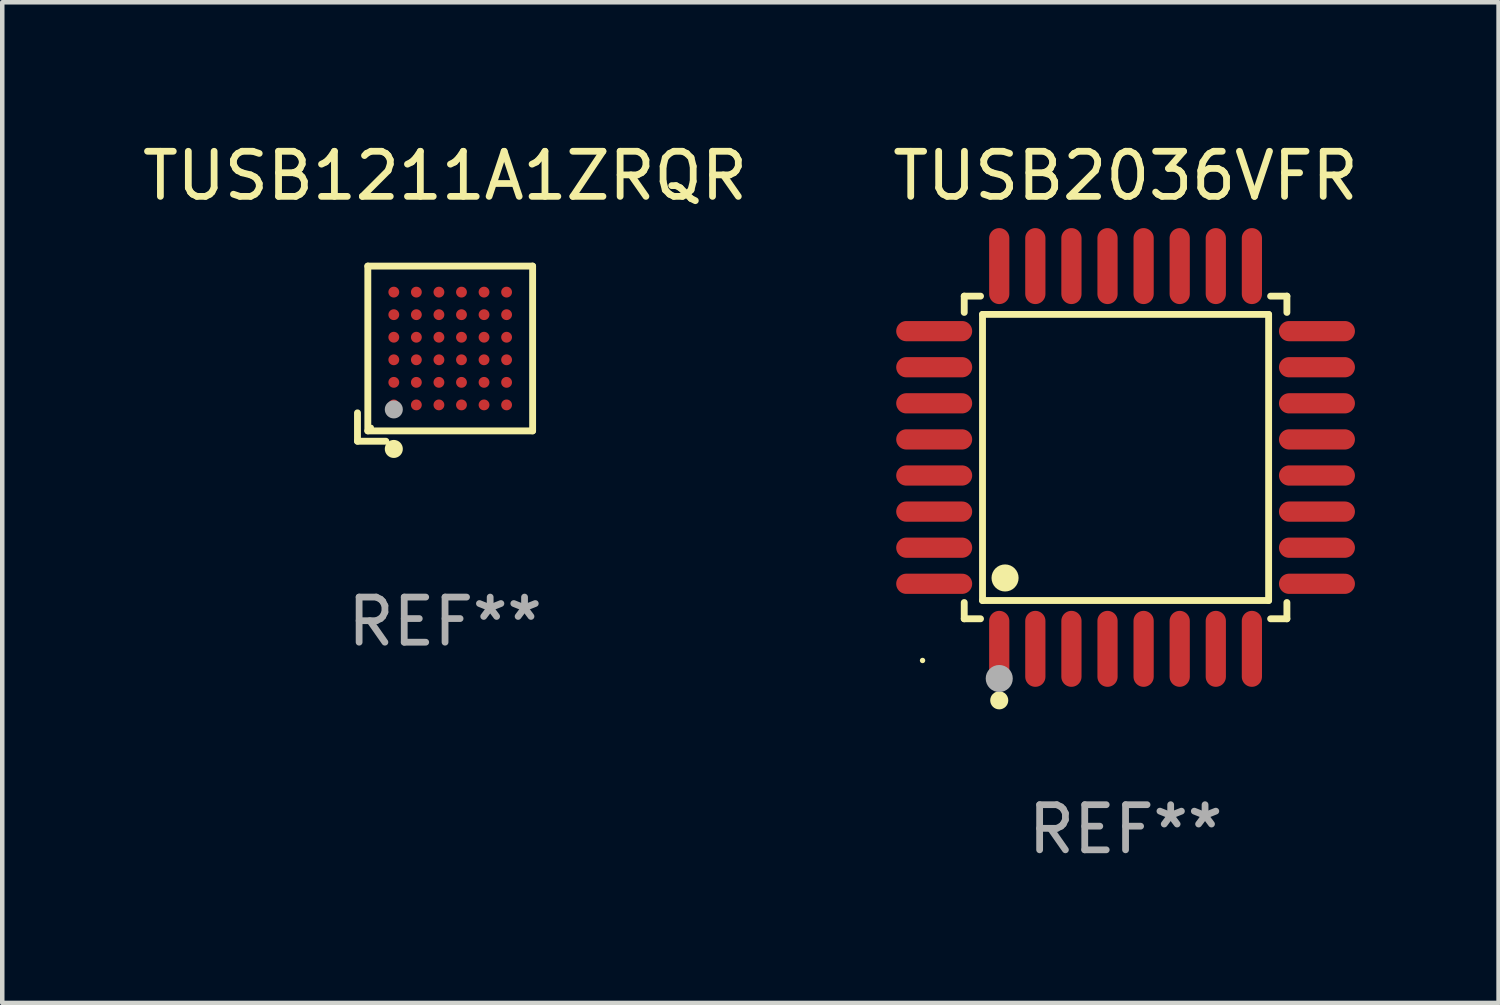
<source format=kicad_pcb>
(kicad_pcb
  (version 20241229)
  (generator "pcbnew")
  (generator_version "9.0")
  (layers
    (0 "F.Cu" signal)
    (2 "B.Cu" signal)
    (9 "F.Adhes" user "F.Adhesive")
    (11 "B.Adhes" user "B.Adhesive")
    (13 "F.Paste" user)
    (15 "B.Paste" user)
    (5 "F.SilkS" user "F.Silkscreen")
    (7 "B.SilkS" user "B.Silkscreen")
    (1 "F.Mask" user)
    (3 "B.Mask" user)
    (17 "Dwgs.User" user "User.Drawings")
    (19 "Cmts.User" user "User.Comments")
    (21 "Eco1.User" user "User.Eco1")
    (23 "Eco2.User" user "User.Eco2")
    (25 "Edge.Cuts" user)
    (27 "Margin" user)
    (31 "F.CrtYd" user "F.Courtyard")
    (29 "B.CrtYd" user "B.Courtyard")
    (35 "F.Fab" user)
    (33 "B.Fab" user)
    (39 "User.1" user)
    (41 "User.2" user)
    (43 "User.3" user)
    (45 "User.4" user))
  (footprint "TUSB1211A1ZRQR"
    (layer "F.Cu")
    (at 6.815 4.789)
    (property "Reference" "TUSB1211A1ZRQR" (at 0 -3.941 0) (layer "F.SilkS") (effects (font (size 1 1) (thickness 0.15))))
    (attr through_hole)
    (fp_line (start -1.941 1.312) (end -1.941 1.941) (stroke (width 0.152) (type solid)) (layer "F.SilkS"))
    (fp_line (start -1.941 1.941) (end -1.312 1.941) (stroke (width 0.152) (type solid)) (layer "F.SilkS"))
    (fp_line (start -1.712 -1.941) (end 1.941 -1.941) (stroke (width 0.152) (type solid)) (layer "F.SilkS"))
    (fp_line (start -1.712 1.712) (end -1.712 -1.941) (stroke (width 0.152) (type solid)) (layer "F.SilkS"))
    (fp_line (start 1.941 -1.941) (end 1.941 1.712) (stroke (width 0.152) (type solid)) (layer "F.SilkS"))
    (fp_line (start 1.941 1.712) (end -1.712 1.712) (stroke (width 0.152) (type solid)) (layer "F.SilkS"))
    (fp_circle (center -1.636 1.636) (end -1.606 1.636) (stroke (width 0.06) (type solid)) (fill no) (layer "F.SilkS"))
    (fp_circle (center -1.136 2.112) (end -1.036 2.112) (stroke (width 0.2) (type solid)) (fill no) (layer "F.SilkS"))
    (fp_circle (center -1.136 1.236) (end -1.036 1.236) (stroke (width 0.2) (type solid)) (fill no) (layer "F.Fab"))
    (fp_text user "REF**" (at 0 5.941 0) (layer "F.Fab") (effects (font (size 1 1) (thickness 0.15))))
    (pad "A1" smd circle (at -1.136 1.136) (size 0.24 0.24) (layers "F.Cu" "F.Mask" "F.Paste"))
    (pad "A2" smd circle (at -1.136 0.636) (size 0.24 0.24) (layers "F.Cu" "F.Mask" "F.Paste"))
    (pad "A3" smd circle (at -1.136 0.136) (size 0.24 0.24) (layers "F.Cu" "F.Mask" "F.Paste"))
    (pad "A4" smd circle (at -1.136 -0.364) (size 0.24 0.24) (layers "F.Cu" "F.Mask" "F.Paste"))
    (pad "A5" smd circle (at -1.136 -0.864) (size 0.24 0.24) (layers "F.Cu" "F.Mask" "F.Paste"))
    (pad "A6" smd circle (at -1.136 -1.364) (size 0.24 0.24) (layers "F.Cu" "F.Mask" "F.Paste"))
    (pad "B1" smd circle (at -0.636 1.136) (size 0.24 0.24) (layers "F.Cu" "F.Mask" "F.Paste"))
    (pad "B2" smd circle (at -0.636 0.636) (size 0.24 0.24) (layers "F.Cu" "F.Mask" "F.Paste"))
    (pad "B3" smd circle (at -0.636 0.136) (size 0.24 0.24) (layers "F.Cu" "F.Mask" "F.Paste"))
    (pad "B4" smd circle (at -0.636 -0.364) (size 0.24 0.24) (layers "F.Cu" "F.Mask" "F.Paste"))
    (pad "B5" smd circle (at -0.636 -0.864) (size 0.24 0.24) (layers "F.Cu" "F.Mask" "F.Paste"))
    (pad "B6" smd circle (at -0.636 -1.364) (size 0.24 0.24) (layers "F.Cu" "F.Mask" "F.Paste"))
    (pad "C1" smd circle (at -0.136 1.136) (size 0.24 0.24) (layers "F.Cu" "F.Mask" "F.Paste"))
    (pad "C2" smd circle (at -0.136 0.636) (size 0.24 0.24) (layers "F.Cu" "F.Mask" "F.Paste"))
    (pad "C3" smd circle (at -0.136 0.136) (size 0.24 0.24) (layers "F.Cu" "F.Mask" "F.Paste"))
    (pad "C4" smd circle (at -0.136 -0.364) (size 0.24 0.24) (layers "F.Cu" "F.Mask" "F.Paste"))
    (pad "C5" smd circle (at -0.136 -0.864) (size 0.24 0.24) (layers "F.Cu" "F.Mask" "F.Paste"))
    (pad "C6" smd circle (at -0.136 -1.364) (size 0.24 0.24) (layers "F.Cu" "F.Mask" "F.Paste"))
    (pad "D1" smd circle (at 0.364 1.136) (size 0.24 0.24) (layers "F.Cu" "F.Mask" "F.Paste"))
    (pad "D2" smd circle (at 0.364 0.636) (size 0.24 0.24) (layers "F.Cu" "F.Mask" "F.Paste"))
    (pad "D3" smd circle (at 0.364 0.136) (size 0.24 0.24) (layers "F.Cu" "F.Mask" "F.Paste"))
    (pad "D4" smd circle (at 0.364 -0.364) (size 0.24 0.24) (layers "F.Cu" "F.Mask" "F.Paste"))
    (pad "D5" smd circle (at 0.364 -0.864) (size 0.24 0.24) (layers "F.Cu" "F.Mask" "F.Paste"))
    (pad "D6" smd circle (at 0.364 -1.364) (size 0.24 0.24) (layers "F.Cu" "F.Mask" "F.Paste"))
    (pad "E1" smd circle (at 0.864 1.136) (size 0.24 0.24) (layers "F.Cu" "F.Mask" "F.Paste"))
    (pad "E2" smd circle (at 0.864 0.636) (size 0.24 0.24) (layers "F.Cu" "F.Mask" "F.Paste"))
    (pad "E3" smd circle (at 0.864 0.136) (size 0.24 0.24) (layers "F.Cu" "F.Mask" "F.Paste"))
    (pad "E4" smd circle (at 0.864 -0.364) (size 0.24 0.24) (layers "F.Cu" "F.Mask" "F.Paste"))
    (pad "E5" smd circle (at 0.864 -0.864) (size 0.24 0.24) (layers "F.Cu" "F.Mask" "F.Paste"))
    (pad "E6" smd circle (at 0.864 -1.364) (size 0.24 0.24) (layers "F.Cu" "F.Mask" "F.Paste"))
    (pad "F1" smd circle (at 1.364 1.136) (size 0.24 0.24) (layers "F.Cu" "F.Mask" "F.Paste"))
    (pad "F2" smd circle (at 1.364 0.636) (size 0.24 0.24) (layers "F.Cu" "F.Mask" "F.Paste"))
    (pad "F3" smd circle (at 1.364 0.136) (size 0.24 0.24) (layers "F.Cu" "F.Mask" "F.Paste"))
    (pad "F4" smd circle (at 1.364 -0.364) (size 0.24 0.24) (layers "F.Cu" "F.Mask" "F.Paste"))
    (pad "F5" smd circle (at 1.364 -0.864) (size 0.24 0.24) (layers "F.Cu" "F.Mask" "F.Paste"))
    (pad "F6" smd circle (at 1.364 -1.364) (size 0.24 0.24) (layers "F.Cu" "F.Mask" "F.Paste")))
  (footprint "TUSB2036VFR"
    (layer "F.Cu")
    (at 21.899 7.09)
    (property "Reference" "TUSB2036VFR" (at 0 -6.242 0) (layer "F.SilkS") (effects (font (size 1 1) (thickness 0.15))))
    (attr through_hole)
    (fp_line (start -3.576 -3.576) (end -3.215 -3.576) (stroke (width 0.152) (type solid)) (layer "F.SilkS"))
    (fp_line (start -3.576 -3.215) (end -3.576 -3.576) (stroke (width 0.152) (type solid)) (layer "F.SilkS"))
    (fp_line (start -3.576 3.215) (end -3.576 3.576) (stroke (width 0.152) (type solid)) (layer "F.SilkS"))
    (fp_line (start -3.576 3.576) (end -3.215 3.576) (stroke (width 0.152) (type solid)) (layer "F.SilkS"))
    (fp_line (start -3.171 -3.171) (end 3.171 -3.171) (stroke (width 0.152) (type solid)) (layer "F.SilkS"))
    (fp_line (start -3.171 3.171) (end -3.171 -3.171) (stroke (width 0.152) (type solid)) (layer "F.SilkS"))
    (fp_line (start 3.171 -3.171) (end 3.171 3.171) (stroke (width 0.152) (type solid)) (layer "F.SilkS"))
    (fp_line (start 3.171 3.171) (end -3.171 3.171) (stroke (width 0.152) (type solid)) (layer "F.SilkS"))
    (fp_line (start 3.576 -3.576) (end 3.215 -3.576) (stroke (width 0.152) (type solid)) (layer "F.SilkS"))
    (fp_line (start 3.576 -3.215) (end 3.576 -3.576) (stroke (width 0.152) (type solid)) (layer "F.SilkS"))
    (fp_line (start 3.576 3.215) (end 3.576 3.576) (stroke (width 0.152) (type solid)) (layer "F.SilkS"))
    (fp_line (start 3.576 3.576) (end 3.215 3.576) (stroke (width 0.152) (type solid)) (layer "F.SilkS"))
    (fp_circle (center -4.5 4.5) (end -4.47 4.5) (stroke (width 0.06) (type solid)) (fill no) (layer "F.SilkS"))
    (fp_circle (center -2.8 5.384) (end -2.7 5.384) (stroke (width 0.2) (type solid)) (fill no) (layer "F.SilkS"))
    (fp_circle (center -2.671 2.671) (end -2.521 2.671) (stroke (width 0.3) (type solid)) (fill no) (layer "F.SilkS"))
    (fp_circle (center -2.8 4.9) (end -2.65 4.9) (stroke (width 0.3) (type solid)) (fill no) (layer "F.Fab"))
    (fp_text user "REF**" (at 0 8.242 0) (layer "F.Fab") (effects (font (size 1 1) (thickness 0.15))))
    (pad "1" smd oval (at -2.8 4.242) (size 0.448 1.684) (layers "F.Cu" "F.Mask" "F.Paste"))
    (pad "2" smd oval (at -2 4.242) (size 0.448 1.684) (layers "F.Cu" "F.Mask" "F.Paste"))
    (pad "3" smd oval (at -1.2 4.242) (size 0.448 1.684) (layers "F.Cu" "F.Mask" "F.Paste"))
    (pad "4" smd oval (at -0.4 4.242) (size 0.448 1.684) (layers "F.Cu" "F.Mask" "F.Paste"))
    (pad "5" smd oval (at 0.4 4.242) (size 0.448 1.684) (layers "F.Cu" "F.Mask" "F.Paste"))
    (pad "6" smd oval (at 1.2 4.242) (size 0.448 1.684) (layers "F.Cu" "F.Mask" "F.Paste"))
    (pad "7" smd oval (at 2 4.242) (size 0.448 1.684) (layers "F.Cu" "F.Mask" "F.Paste"))
    (pad "8" smd oval (at 2.8 4.242) (size 0.448 1.684) (layers "F.Cu" "F.Mask" "F.Paste"))
    (pad "9" smd oval (at 4.242 2.8) (size 1.684 0.448) (layers "F.Cu" "F.Mask" "F.Paste"))
    (pad "10" smd oval (at 4.242 2) (size 1.684 0.448) (layers "F.Cu" "F.Mask" "F.Paste"))
    (pad "11" smd oval (at 4.242 1.2) (size 1.684 0.448) (layers "F.Cu" "F.Mask" "F.Paste"))
    (pad "12" smd oval (at 4.242 0.4) (size 1.684 0.448) (layers "F.Cu" "F.Mask" "F.Paste"))
    (pad "13" smd oval (at 4.242 -0.4) (size 1.684 0.448) (layers "F.Cu" "F.Mask" "F.Paste"))
    (pad "14" smd oval (at 4.242 -1.2) (size 1.684 0.448) (layers "F.Cu" "F.Mask" "F.Paste"))
    (pad "15" smd oval (at 4.242 -2) (size 1.684 0.448) (layers "F.Cu" "F.Mask" "F.Paste"))
    (pad "16" smd oval (at 4.242 -2.8) (size 1.684 0.448) (layers "F.Cu" "F.Mask" "F.Paste"))
    (pad "17" smd oval (at 2.8 -4.242) (size 0.448 1.684) (layers "F.Cu" "F.Mask" "F.Paste"))
    (pad "18" smd oval (at 2 -4.242) (size 0.448 1.684) (layers "F.Cu" "F.Mask" "F.Paste"))
    (pad "19" smd oval (at 1.2 -4.242) (size 0.448 1.684) (layers "F.Cu" "F.Mask" "F.Paste"))
    (pad "20" smd oval (at 0.4 -4.242) (size 0.448 1.684) (layers "F.Cu" "F.Mask" "F.Paste"))
    (pad "21" smd oval (at -0.4 -4.242) (size 0.448 1.684) (layers "F.Cu" "F.Mask" "F.Paste"))
    (pad "22" smd oval (at -1.2 -4.242) (size 0.448 1.684) (layers "F.Cu" "F.Mask" "F.Paste"))
    (pad "23" smd oval (at -2 -4.242) (size 0.448 1.684) (layers "F.Cu" "F.Mask" "F.Paste"))
    (pad "24" smd oval (at -2.8 -4.242) (size 0.448 1.684) (layers "F.Cu" "F.Mask" "F.Paste"))
    (pad "25" smd oval (at -4.242 -2.8) (size 1.684 0.448) (layers "F.Cu" "F.Mask" "F.Paste"))
    (pad "26" smd oval (at -4.242 -2) (size 1.684 0.448) (layers "F.Cu" "F.Mask" "F.Paste"))
    (pad "27" smd oval (at -4.242 -1.2) (size 1.684 0.448) (layers "F.Cu" "F.Mask" "F.Paste"))
    (pad "28" smd oval (at -4.242 -0.4) (size 1.684 0.448) (layers "F.Cu" "F.Mask" "F.Paste"))
    (pad "29" smd oval (at -4.242 0.4) (size 1.684 0.448) (layers "F.Cu" "F.Mask" "F.Paste"))
    (pad "30" smd oval (at -4.242 1.2) (size 1.684 0.448) (layers "F.Cu" "F.Mask" "F.Paste"))
    (pad "31" smd oval (at -4.242 2) (size 1.684 0.448) (layers "F.Cu" "F.Mask" "F.Paste"))
    (pad "32" smd oval (at -4.242 2.8) (size 1.684 0.448) (layers "F.Cu" "F.Mask" "F.Paste")))
  (gr_rect
    (start -3 -3)
    (end 30.167 19.181)
    (stroke (width 0.1) (type default))
    (fill no)
    (layer "Edge.Cuts")))
</source>
